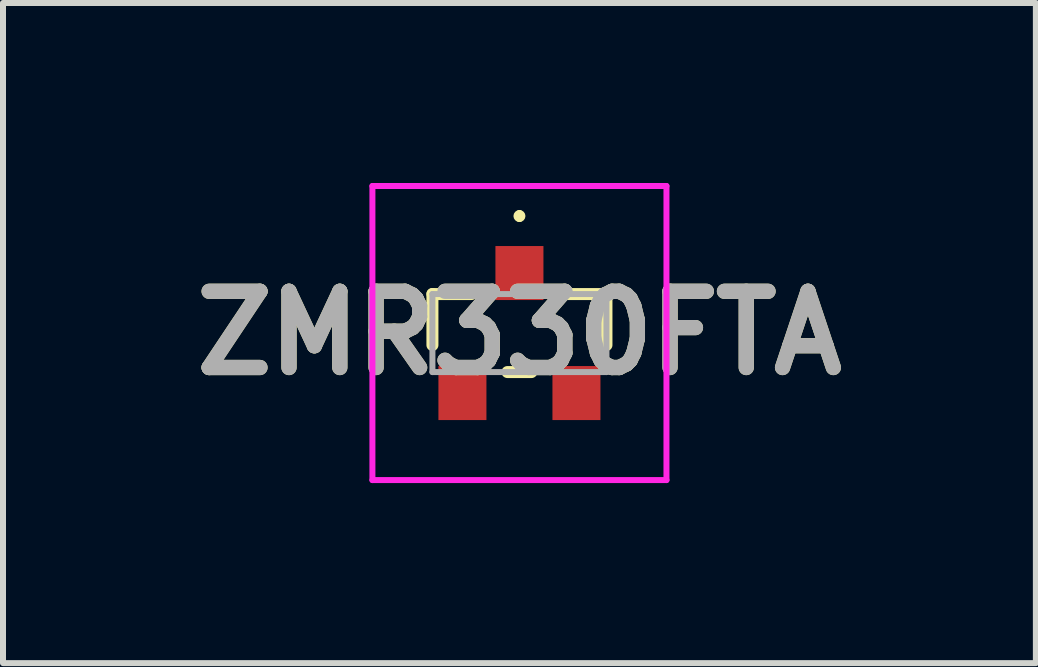
<source format=kicad_pcb>
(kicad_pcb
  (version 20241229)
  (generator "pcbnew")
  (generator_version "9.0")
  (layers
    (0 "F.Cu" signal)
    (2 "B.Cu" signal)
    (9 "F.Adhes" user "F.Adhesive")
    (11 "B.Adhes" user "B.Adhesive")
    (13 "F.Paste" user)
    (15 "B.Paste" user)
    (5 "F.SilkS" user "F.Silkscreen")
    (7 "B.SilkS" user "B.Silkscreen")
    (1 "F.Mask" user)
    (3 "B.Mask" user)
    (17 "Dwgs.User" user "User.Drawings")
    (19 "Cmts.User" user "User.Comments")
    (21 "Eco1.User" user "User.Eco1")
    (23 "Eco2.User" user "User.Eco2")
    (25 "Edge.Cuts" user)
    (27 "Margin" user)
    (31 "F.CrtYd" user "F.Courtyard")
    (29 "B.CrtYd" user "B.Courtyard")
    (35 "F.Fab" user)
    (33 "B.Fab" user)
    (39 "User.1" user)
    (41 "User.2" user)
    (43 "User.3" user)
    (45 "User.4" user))
  (footprint "ZMR330FTA"
    (layer "F.Cu")
    (at 5.606 2.5)
    (property "Reference" "ZMR330FTA" (at 0 0 0) (layer "F.SilkS") (effects (font (size 1.27 1.27) (thickness 0.254))))
    (attr smd)
    (fp_line (start -1.45 -0.65) (end -1.45 0.2) (stroke (width 0.2) (type solid)) (layer "F.SilkS"))
    (fp_line (start -0.8 -0.65) (end -1.45 -0.65) (stroke (width 0.2) (type solid)) (layer "F.SilkS"))
    (fp_line (start -0.2 0.65) (end 0.2 0.65) (stroke (width 0.2) (type solid)) (layer "F.SilkS"))
    (fp_line (start 0 -2) (end 0 -2) (stroke (width 0.1) (type solid)) (layer "F.SilkS"))
    (fp_line (start 0 -1.9) (end 0 -1.9) (stroke (width 0.1) (type solid)) (layer "F.SilkS"))
    (fp_line (start 0.8 -0.65) (end 1.45 -0.65) (stroke (width 0.2) (type solid)) (layer "F.SilkS"))
    (fp_line (start 1.45 -0.65) (end 1.45 0.2) (stroke (width 0.2) (type solid)) (layer "F.SilkS"))
    (fp_arc (start 0 -2) (mid 0.05 -1.95) (end 0 -1.9) (stroke (width 0.1) (type solid)) (layer "F.SilkS"))
    (fp_arc (start 0 -1.9) (mid -0.05 -1.95) (end 0 -2) (stroke (width 0.1) (type solid)) (layer "F.SilkS"))
    (fp_line (start -2.45 -2.45) (end 2.45 -2.45) (stroke (width 0.1) (type solid)) (layer "F.CrtYd"))
    (fp_line (start -2.45 2.45) (end -2.45 -2.45) (stroke (width 0.1) (type solid)) (layer "F.CrtYd"))
    (fp_line (start 2.45 -2.45) (end 2.45 2.45) (stroke (width 0.1) (type solid)) (layer "F.CrtYd"))
    (fp_line (start 2.45 2.45) (end -2.45 2.45) (stroke (width 0.1) (type solid)) (layer "F.CrtYd"))
    (fp_line (start -1.45 -0.65) (end 1.45 -0.65) (stroke (width 0.1) (type solid)) (layer "F.Fab"))
    (fp_line (start -1.45 0.65) (end -1.45 -0.65) (stroke (width 0.1) (type solid)) (layer "F.Fab"))
    (fp_line (start 1.45 -0.65) (end 1.45 0.65) (stroke (width 0.1) (type solid)) (layer "F.Fab"))
    (fp_line (start 1.45 0.65) (end -1.45 0.65) (stroke (width 0.1) (type solid)) (layer "F.Fab"))
    (fp_text user "${REFERENCE}" (at 0 0 0) (layer "F.Fab") (effects (font (size 1.27 1.27) (thickness 0.254))))
    (pad "1" smd rect (at 0 -1) (size 0.8 0.9) (layers "F.Cu" "F.Mask" "F.Paste"))
    (pad "2" smd rect (at -0.95 1) (size 0.8 0.9) (layers "F.Cu" "F.Mask" "F.Paste"))
    (pad "3" smd rect (at 0.95 1) (size 0.8 0.9) (layers "F.Cu" "F.Mask" "F.Paste")))
  (gr_rect
    (start -3 -3)
    (end 14.212 8)
    (stroke (width 0.1) (type default))
    (fill no)
    (layer "Edge.Cuts")))
</source>
